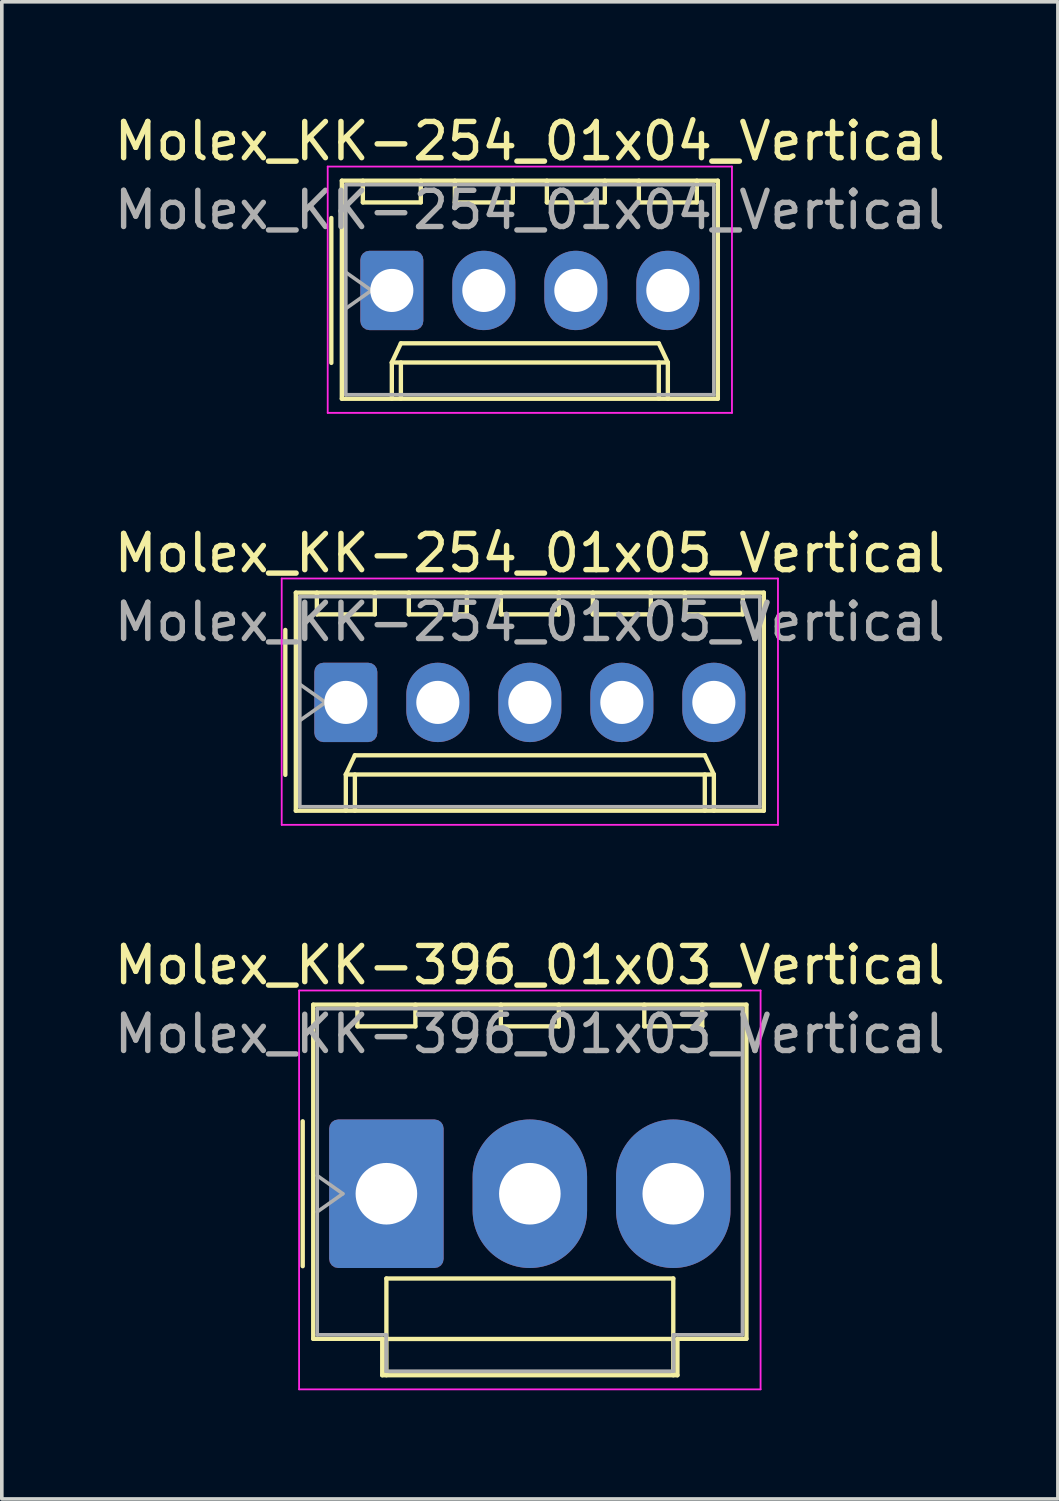
<source format=kicad_pcb>
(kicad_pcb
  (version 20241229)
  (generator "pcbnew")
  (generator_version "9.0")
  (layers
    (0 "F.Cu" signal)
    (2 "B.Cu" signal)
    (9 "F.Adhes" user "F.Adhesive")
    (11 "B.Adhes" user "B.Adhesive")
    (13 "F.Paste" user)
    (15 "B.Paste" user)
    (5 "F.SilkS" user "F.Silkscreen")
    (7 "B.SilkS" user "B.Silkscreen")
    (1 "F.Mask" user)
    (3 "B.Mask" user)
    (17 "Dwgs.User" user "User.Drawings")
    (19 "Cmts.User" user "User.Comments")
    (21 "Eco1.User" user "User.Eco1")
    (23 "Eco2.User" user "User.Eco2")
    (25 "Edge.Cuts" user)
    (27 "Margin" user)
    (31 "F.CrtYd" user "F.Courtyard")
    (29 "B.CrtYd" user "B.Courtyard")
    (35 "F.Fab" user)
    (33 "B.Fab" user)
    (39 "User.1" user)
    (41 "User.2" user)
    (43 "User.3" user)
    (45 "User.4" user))
  (footprint "Molex_KK-396_01x03_Vertical"
    (layer "F.Cu")
    (at 7.617 29.905)
    (property "Reference" "Molex_KK-396_01x03_Vertical" (at 3.96 -6.31 0) (layer "F.SilkS") (effects (font (size 1 1) (thickness 0.15))))
    (attr through_hole)
    (fp_line (start -2.31 -2) (end -2.31 2) (stroke (width 0.12) (type solid)) (layer "F.SilkS"))
    (fp_line (start -2.02 -5.22) (end 9.94 -5.22) (stroke (width 0.12) (type solid)) (layer "F.SilkS"))
    (fp_line (start -2.02 4.005) (end -2.02 -5.22) (stroke (width 0.12) (type solid)) (layer "F.SilkS"))
    (fp_line (start -0.8 -5.22) (end -0.8 -4.62) (stroke (width 0.12) (type solid)) (layer "F.SilkS"))
    (fp_line (start -0.8 -4.62) (end 0.8 -4.62) (stroke (width 0.12) (type solid)) (layer "F.SilkS"))
    (fp_line (start -0.115 4.005) (end -2.02 4.005) (stroke (width 0.12) (type solid)) (layer "F.SilkS"))
    (fp_line (start -0.115 5.01) (end -0.115 4.005) (stroke (width 0.12) (type solid)) (layer "F.SilkS"))
    (fp_line (start 0 2.34) (end 7.92 2.34) (stroke (width 0.12) (type solid)) (layer "F.SilkS"))
    (fp_line (start 0 4.01) (end 0 2.34) (stroke (width 0.12) (type solid)) (layer "F.SilkS"))
    (fp_line (start 0 4.01) (end 7.92 4.01) (stroke (width 0.12) (type solid)) (layer "F.SilkS"))
    (fp_line (start 0 5.01) (end 0 4.01) (stroke (width 0.12) (type solid)) (layer "F.SilkS"))
    (fp_line (start 0.8 -4.62) (end 0.8 -5.22) (stroke (width 0.12) (type solid)) (layer "F.SilkS"))
    (fp_line (start 3.16 -5.22) (end 3.16 -4.62) (stroke (width 0.12) (type solid)) (layer "F.SilkS"))
    (fp_line (start 3.16 -4.62) (end 4.76 -4.62) (stroke (width 0.12) (type solid)) (layer "F.SilkS"))
    (fp_line (start 4.76 -4.62) (end 4.76 -5.22) (stroke (width 0.12) (type solid)) (layer "F.SilkS"))
    (fp_line (start 7.12 -5.22) (end 7.12 -4.62) (stroke (width 0.12) (type solid)) (layer "F.SilkS"))
    (fp_line (start 7.12 -4.62) (end 8.72 -4.62) (stroke (width 0.12) (type solid)) (layer "F.SilkS"))
    (fp_line (start 7.92 2.34) (end 7.92 4.01) (stroke (width 0.12) (type solid)) (layer "F.SilkS"))
    (fp_line (start 7.92 4.01) (end 7.92 5.01) (stroke (width 0.12) (type solid)) (layer "F.SilkS"))
    (fp_line (start 8.035 4.005) (end 8.035 5.01) (stroke (width 0.12) (type solid)) (layer "F.SilkS"))
    (fp_line (start 8.035 5.01) (end -0.115 5.01) (stroke (width 0.12) (type solid)) (layer "F.SilkS"))
    (fp_line (start 8.72 -4.62) (end 8.72 -5.22) (stroke (width 0.12) (type solid)) (layer "F.SilkS"))
    (fp_line (start 9.94 -5.22) (end 9.94 4.005) (stroke (width 0.12) (type solid)) (layer "F.SilkS"))
    (fp_line (start 9.94 4.005) (end 8.035 4.005) (stroke (width 0.12) (type solid)) (layer "F.SilkS"))
    (fp_line (start -2.41 -5.61) (end -2.41 5.4) (stroke (width 0.05) (type solid)) (layer "F.CrtYd"))
    (fp_line (start -2.41 5.4) (end 10.33 5.4) (stroke (width 0.05) (type solid)) (layer "F.CrtYd"))
    (fp_line (start 10.33 -5.61) (end -2.41 -5.61) (stroke (width 0.05) (type solid)) (layer "F.CrtYd"))
    (fp_line (start 10.33 5.4) (end 10.33 -5.61) (stroke (width 0.05) (type solid)) (layer "F.CrtYd"))
    (fp_line (start -1.91 -5.11) (end 9.83 -5.11) (stroke (width 0.1) (type solid)) (layer "F.Fab"))
    (fp_line (start -1.91 -0.5) (end -1.203 0) (stroke (width 0.1) (type solid)) (layer "F.Fab"))
    (fp_line (start -1.91 3.895) (end -1.91 -5.11) (stroke (width 0.1) (type solid)) (layer "F.Fab"))
    (fp_line (start -1.203 0) (end -1.91 0.5) (stroke (width 0.1) (type solid)) (layer "F.Fab"))
    (fp_line (start -0.005 3.895) (end -1.91 3.895) (stroke (width 0.1) (type solid)) (layer "F.Fab"))
    (fp_line (start -0.005 4.9) (end -0.005 3.895) (stroke (width 0.1) (type solid)) (layer "F.Fab"))
    (fp_line (start 7.925 3.895) (end 7.925 4.9) (stroke (width 0.1) (type solid)) (layer "F.Fab"))
    (fp_line (start 7.925 4.9) (end -0.005 4.9) (stroke (width 0.1) (type solid)) (layer "F.Fab"))
    (fp_line (start 9.83 -5.11) (end 9.83 3.895) (stroke (width 0.1) (type solid)) (layer "F.Fab"))
    (fp_line (start 9.83 3.895) (end 7.925 3.895) (stroke (width 0.1) (type solid)) (layer "F.Fab"))
    (fp_text user "${REFERENCE}" (at 3.96 -4.41 0) (layer "F.Fab") (effects (font (size 1 1) (thickness 0.15))))
    (pad "1" thru_hole roundrect (at 0 0) (size 3.16 4.1) (drill 1.7) (layers "*.Cu" "*.Mask") (roundrect_rratio 0.079))
    (pad "2" thru_hole oval (at 3.96 0) (size 3.16 4.1) (drill 1.7) (layers "*.Cu" "*.Mask"))
    (pad "3" thru_hole oval (at 7.92 0) (size 3.16 4.1) (drill 1.7) (layers "*.Cu" "*.Mask")))
  (footprint "Molex_KK-254_01x05_Vertical"
    (layer "F.Cu")
    (at 6.497 16.341)
    (property "Reference" "Molex_KK-254_01x05_Vertical" (at 5.08 -4.12 0) (layer "F.SilkS") (effects (font (size 1 1) (thickness 0.15))))
    (attr through_hole)
    (fp_line (start -1.67 -2) (end -1.67 2) (stroke (width 0.12) (type solid)) (layer "F.SilkS"))
    (fp_line (start -1.38 -3.03) (end -1.38 2.99) (stroke (width 0.12) (type solid)) (layer "F.SilkS"))
    (fp_line (start -1.38 2.99) (end 11.54 2.99) (stroke (width 0.12) (type solid)) (layer "F.SilkS"))
    (fp_line (start -0.8 -3.03) (end -0.8 -2.43) (stroke (width 0.12) (type solid)) (layer "F.SilkS"))
    (fp_line (start -0.8 -2.43) (end 0.8 -2.43) (stroke (width 0.12) (type solid)) (layer "F.SilkS"))
    (fp_line (start 0 1.99) (end 0.25 1.46) (stroke (width 0.12) (type solid)) (layer "F.SilkS"))
    (fp_line (start 0 1.99) (end 10.16 1.99) (stroke (width 0.12) (type solid)) (layer "F.SilkS"))
    (fp_line (start 0 2.99) (end 0 1.99) (stroke (width 0.12) (type solid)) (layer "F.SilkS"))
    (fp_line (start 0.25 1.46) (end 9.91 1.46) (stroke (width 0.12) (type solid)) (layer "F.SilkS"))
    (fp_line (start 0.25 2.99) (end 0.25 1.99) (stroke (width 0.12) (type solid)) (layer "F.SilkS"))
    (fp_line (start 0.8 -2.43) (end 0.8 -3.03) (stroke (width 0.12) (type solid)) (layer "F.SilkS"))
    (fp_line (start 1.74 -3.03) (end 1.74 -2.43) (stroke (width 0.12) (type solid)) (layer "F.SilkS"))
    (fp_line (start 1.74 -2.43) (end 3.34 -2.43) (stroke (width 0.12) (type solid)) (layer "F.SilkS"))
    (fp_line (start 3.34 -2.43) (end 3.34 -3.03) (stroke (width 0.12) (type solid)) (layer "F.SilkS"))
    (fp_line (start 4.28 -3.03) (end 4.28 -2.43) (stroke (width 0.12) (type solid)) (layer "F.SilkS"))
    (fp_line (start 4.28 -2.43) (end 5.88 -2.43) (stroke (width 0.12) (type solid)) (layer "F.SilkS"))
    (fp_line (start 5.88 -2.43) (end 5.88 -3.03) (stroke (width 0.12) (type solid)) (layer "F.SilkS"))
    (fp_line (start 6.82 -3.03) (end 6.82 -2.43) (stroke (width 0.12) (type solid)) (layer "F.SilkS"))
    (fp_line (start 6.82 -2.43) (end 8.42 -2.43) (stroke (width 0.12) (type solid)) (layer "F.SilkS"))
    (fp_line (start 8.42 -2.43) (end 8.42 -3.03) (stroke (width 0.12) (type solid)) (layer "F.SilkS"))
    (fp_line (start 9.36 -3.03) (end 9.36 -2.43) (stroke (width 0.12) (type solid)) (layer "F.SilkS"))
    (fp_line (start 9.36 -2.43) (end 10.96 -2.43) (stroke (width 0.12) (type solid)) (layer "F.SilkS"))
    (fp_line (start 9.91 1.46) (end 10.16 1.99) (stroke (width 0.12) (type solid)) (layer "F.SilkS"))
    (fp_line (start 9.91 2.99) (end 9.91 1.99) (stroke (width 0.12) (type solid)) (layer "F.SilkS"))
    (fp_line (start 10.16 1.99) (end 10.16 2.99) (stroke (width 0.12) (type solid)) (layer "F.SilkS"))
    (fp_line (start 10.96 -2.43) (end 10.96 -3.03) (stroke (width 0.12) (type solid)) (layer "F.SilkS"))
    (fp_line (start 11.54 -3.03) (end -1.38 -3.03) (stroke (width 0.12) (type solid)) (layer "F.SilkS"))
    (fp_line (start 11.54 2.99) (end 11.54 -3.03) (stroke (width 0.12) (type solid)) (layer "F.SilkS"))
    (fp_line (start -1.77 -3.42) (end -1.77 3.38) (stroke (width 0.05) (type solid)) (layer "F.CrtYd"))
    (fp_line (start -1.77 3.38) (end 11.93 3.38) (stroke (width 0.05) (type solid)) (layer "F.CrtYd"))
    (fp_line (start 11.93 -3.42) (end -1.77 -3.42) (stroke (width 0.05) (type solid)) (layer "F.CrtYd"))
    (fp_line (start 11.93 3.38) (end 11.93 -3.42) (stroke (width 0.05) (type solid)) (layer "F.CrtYd"))
    (fp_line (start -1.27 -2.92) (end -1.27 2.88) (stroke (width 0.1) (type solid)) (layer "F.Fab"))
    (fp_line (start -1.27 -0.5) (end -0.563 0) (stroke (width 0.1) (type solid)) (layer "F.Fab"))
    (fp_line (start -1.27 2.88) (end 11.43 2.88) (stroke (width 0.1) (type solid)) (layer "F.Fab"))
    (fp_line (start -0.563 0) (end -1.27 0.5) (stroke (width 0.1) (type solid)) (layer "F.Fab"))
    (fp_line (start 11.43 -2.92) (end -1.27 -2.92) (stroke (width 0.1) (type solid)) (layer "F.Fab"))
    (fp_line (start 11.43 2.88) (end 11.43 -2.92) (stroke (width 0.1) (type solid)) (layer "F.Fab"))
    (fp_text user "${REFERENCE}" (at 5.08 -2.22 0) (layer "F.Fab") (effects (font (size 1 1) (thickness 0.15))))
    (pad "1" thru_hole roundrect (at 0 0) (size 1.74 2.19) (drill 1.19) (layers "*.Cu" "*.Mask") (roundrect_rratio 0.144))
    (pad "2" thru_hole oval (at 2.54 0) (size 1.74 2.19) (drill 1.19) (layers "*.Cu" "*.Mask"))
    (pad "3" thru_hole oval (at 5.08 0) (size 1.74 2.19) (drill 1.19) (layers "*.Cu" "*.Mask"))
    (pad "4" thru_hole oval (at 7.62 0) (size 1.74 2.19) (drill 1.19) (layers "*.Cu" "*.Mask"))
    (pad "5" thru_hole oval (at 10.16 0) (size 1.74 2.19) (drill 1.19) (layers "*.Cu" "*.Mask")))
  (footprint "Molex_KK-254_01x04_Vertical"
    (layer "F.Cu")
    (at 7.767 4.968)
    (property "Reference" "Molex_KK-254_01x04_Vertical" (at 3.81 -4.12 0) (layer "F.SilkS") (effects (font (size 1 1) (thickness 0.15))))
    (attr through_hole)
    (fp_line (start -1.67 -2) (end -1.67 2) (stroke (width 0.12) (type solid)) (layer "F.SilkS"))
    (fp_line (start -1.38 -3.03) (end -1.38 2.99) (stroke (width 0.12) (type solid)) (layer "F.SilkS"))
    (fp_line (start -1.38 2.99) (end 9 2.99) (stroke (width 0.12) (type solid)) (layer "F.SilkS"))
    (fp_line (start -0.8 -3.03) (end -0.8 -2.43) (stroke (width 0.12) (type solid)) (layer "F.SilkS"))
    (fp_line (start -0.8 -2.43) (end 0.8 -2.43) (stroke (width 0.12) (type solid)) (layer "F.SilkS"))
    (fp_line (start 0 1.99) (end 0.25 1.46) (stroke (width 0.12) (type solid)) (layer "F.SilkS"))
    (fp_line (start 0 1.99) (end 7.62 1.99) (stroke (width 0.12) (type solid)) (layer "F.SilkS"))
    (fp_line (start 0 2.99) (end 0 1.99) (stroke (width 0.12) (type solid)) (layer "F.SilkS"))
    (fp_line (start 0.25 1.46) (end 7.37 1.46) (stroke (width 0.12) (type solid)) (layer "F.SilkS"))
    (fp_line (start 0.25 2.99) (end 0.25 1.99) (stroke (width 0.12) (type solid)) (layer "F.SilkS"))
    (fp_line (start 0.8 -2.43) (end 0.8 -3.03) (stroke (width 0.12) (type solid)) (layer "F.SilkS"))
    (fp_line (start 1.74 -3.03) (end 1.74 -2.43) (stroke (width 0.12) (type solid)) (layer "F.SilkS"))
    (fp_line (start 1.74 -2.43) (end 3.34 -2.43) (stroke (width 0.12) (type solid)) (layer "F.SilkS"))
    (fp_line (start 3.34 -2.43) (end 3.34 -3.03) (stroke (width 0.12) (type solid)) (layer "F.SilkS"))
    (fp_line (start 4.28 -3.03) (end 4.28 -2.43) (stroke (width 0.12) (type solid)) (layer "F.SilkS"))
    (fp_line (start 4.28 -2.43) (end 5.88 -2.43) (stroke (width 0.12) (type solid)) (layer "F.SilkS"))
    (fp_line (start 5.88 -2.43) (end 5.88 -3.03) (stroke (width 0.12) (type solid)) (layer "F.SilkS"))
    (fp_line (start 6.82 -3.03) (end 6.82 -2.43) (stroke (width 0.12) (type solid)) (layer "F.SilkS"))
    (fp_line (start 6.82 -2.43) (end 8.42 -2.43) (stroke (width 0.12) (type solid)) (layer "F.SilkS"))
    (fp_line (start 7.37 1.46) (end 7.62 1.99) (stroke (width 0.12) (type solid)) (layer "F.SilkS"))
    (fp_line (start 7.37 2.99) (end 7.37 1.99) (stroke (width 0.12) (type solid)) (layer "F.SilkS"))
    (fp_line (start 7.62 1.99) (end 7.62 2.99) (stroke (width 0.12) (type solid)) (layer "F.SilkS"))
    (fp_line (start 8.42 -2.43) (end 8.42 -3.03) (stroke (width 0.12) (type solid)) (layer "F.SilkS"))
    (fp_line (start 9 -3.03) (end -1.38 -3.03) (stroke (width 0.12) (type solid)) (layer "F.SilkS"))
    (fp_line (start 9 2.99) (end 9 -3.03) (stroke (width 0.12) (type solid)) (layer "F.SilkS"))
    (fp_line (start -1.77 -3.42) (end -1.77 3.38) (stroke (width 0.05) (type solid)) (layer "F.CrtYd"))
    (fp_line (start -1.77 3.38) (end 9.39 3.38) (stroke (width 0.05) (type solid)) (layer "F.CrtYd"))
    (fp_line (start 9.39 -3.42) (end -1.77 -3.42) (stroke (width 0.05) (type solid)) (layer "F.CrtYd"))
    (fp_line (start 9.39 3.38) (end 9.39 -3.42) (stroke (width 0.05) (type solid)) (layer "F.CrtYd"))
    (fp_line (start -1.27 -2.92) (end -1.27 2.88) (stroke (width 0.1) (type solid)) (layer "F.Fab"))
    (fp_line (start -1.27 -0.5) (end -0.563 0) (stroke (width 0.1) (type solid)) (layer "F.Fab"))
    (fp_line (start -1.27 2.88) (end 8.89 2.88) (stroke (width 0.1) (type solid)) (layer "F.Fab"))
    (fp_line (start -0.563 0) (end -1.27 0.5) (stroke (width 0.1) (type solid)) (layer "F.Fab"))
    (fp_line (start 8.89 -2.92) (end -1.27 -2.92) (stroke (width 0.1) (type solid)) (layer "F.Fab"))
    (fp_line (start 8.89 2.88) (end 8.89 -2.92) (stroke (width 0.1) (type solid)) (layer "F.Fab"))
    (fp_text user "${REFERENCE}" (at 3.81 -2.22 0) (layer "F.Fab") (effects (font (size 1 1) (thickness 0.15))))
    (pad "1" thru_hole roundrect (at 0 0) (size 1.74 2.19) (drill 1.19) (layers "*.Cu" "*.Mask") (roundrect_rratio 0.144))
    (pad "2" thru_hole oval (at 2.54 0) (size 1.74 2.19) (drill 1.19) (layers "*.Cu" "*.Mask"))
    (pad "3" thru_hole oval (at 5.08 0) (size 1.74 2.19) (drill 1.19) (layers "*.Cu" "*.Mask"))
    (pad "4" thru_hole oval (at 7.62 0) (size 1.74 2.19) (drill 1.19) (layers "*.Cu" "*.Mask")))
  (gr_rect
    (start -3 -3)
    (end 26.155 38.33)
    (stroke (width 0.1) (type default))
    (fill no)
    (layer "Edge.Cuts")))
</source>
